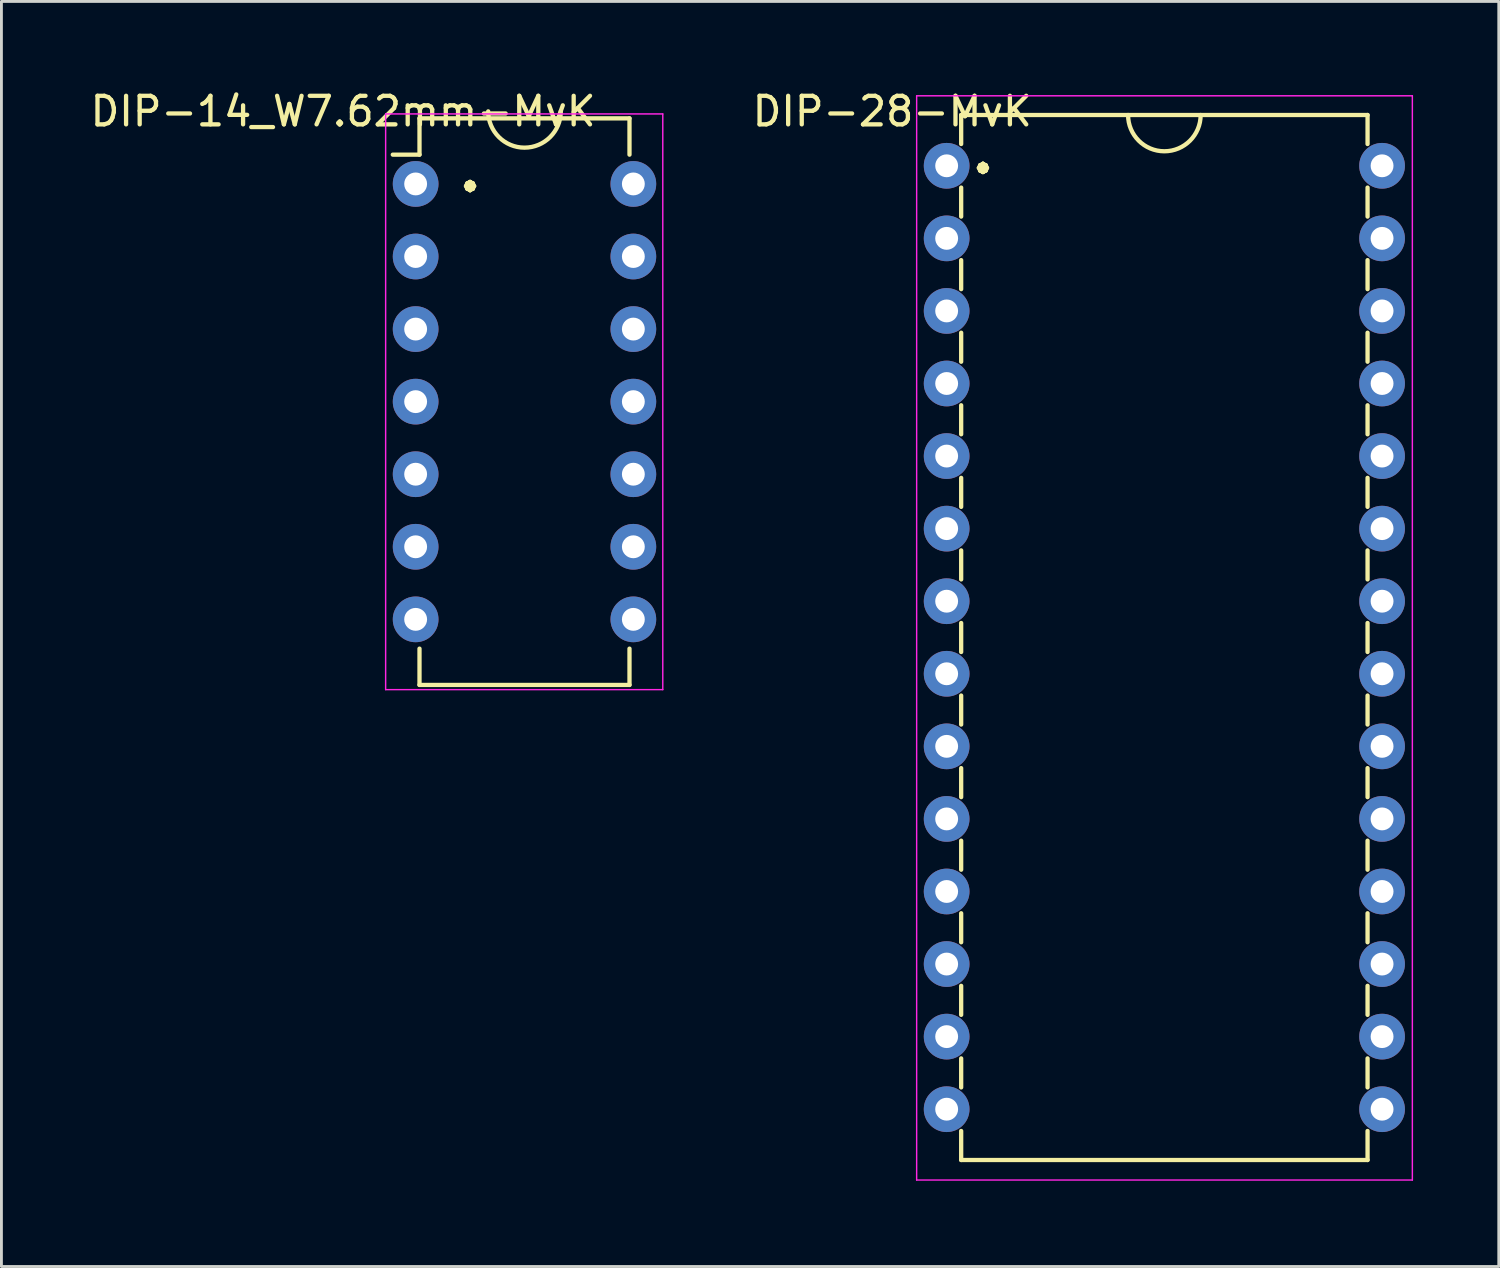
<source format=kicad_pcb>
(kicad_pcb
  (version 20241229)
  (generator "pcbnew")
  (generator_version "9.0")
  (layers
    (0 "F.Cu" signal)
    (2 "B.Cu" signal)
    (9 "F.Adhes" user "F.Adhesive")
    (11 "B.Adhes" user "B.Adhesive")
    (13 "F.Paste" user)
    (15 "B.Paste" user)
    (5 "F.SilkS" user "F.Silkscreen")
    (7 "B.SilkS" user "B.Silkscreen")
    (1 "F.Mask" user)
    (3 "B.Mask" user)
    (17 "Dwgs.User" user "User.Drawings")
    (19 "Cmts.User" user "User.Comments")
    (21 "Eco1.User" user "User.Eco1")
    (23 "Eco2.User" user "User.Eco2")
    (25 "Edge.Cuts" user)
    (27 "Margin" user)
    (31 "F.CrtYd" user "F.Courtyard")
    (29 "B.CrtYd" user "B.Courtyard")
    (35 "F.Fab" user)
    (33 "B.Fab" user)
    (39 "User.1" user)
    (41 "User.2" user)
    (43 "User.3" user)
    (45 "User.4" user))
  (footprint "DIP-14_W7.62mm-MvK"
    (layer "F.Cu")
    (at 11.498 3.388)
    (property "Reference" "DIP-14_W7.62mm-MvK" (at -2.54 -2.54 0) (layer "F.SilkS") (effects (font (size 1 1) (thickness 0.15))))
    (attr through_hole)
    (fp_line (start 0.135 -2.295) (end 0.135 -1.025) (stroke (width 0.15) (type solid)) (layer "F.SilkS"))
    (fp_line (start 0.135 -2.295) (end 7.485 -2.295) (stroke (width 0.15) (type solid)) (layer "F.SilkS"))
    (fp_line (start 0.135 -1.025) (end -0.8 -1.025) (stroke (width 0.15) (type solid)) (layer "F.SilkS"))
    (fp_line (start 0.135 17.535) (end 0.135 16.265) (stroke (width 0.15) (type solid)) (layer "F.SilkS"))
    (fp_line (start 0.135 17.535) (end 7.485 17.535) (stroke (width 0.15) (type solid)) (layer "F.SilkS"))
    (fp_line (start 7.485 -2.295) (end 7.485 -1.025) (stroke (width 0.15) (type solid)) (layer "F.SilkS"))
    (fp_line (start 7.485 17.535) (end 7.485 16.265) (stroke (width 0.15) (type solid)) (layer "F.SilkS"))
    (fp_arc (start 5.08 -2.54) (mid 3.81 -1.27) (end 2.54 -2.54) (stroke (width 0.15) (type solid)) (layer "F.SilkS"))
    (fp_line (start -1.05 -2.45) (end -1.05 17.7) (stroke (width 0.05) (type solid)) (layer "F.CrtYd"))
    (fp_line (start -1.05 -2.45) (end 8.65 -2.45) (stroke (width 0.05) (type solid)) (layer "F.CrtYd"))
    (fp_line (start -1.05 17.7) (end 8.65 17.7) (stroke (width 0.05) (type solid)) (layer "F.CrtYd"))
    (fp_line (start 8.65 -2.45) (end 8.65 17.7) (stroke (width 0.05) (type solid)) (layer "F.CrtYd"))
    (fp_text user "•" (at 1.905 0 0) (layer "F.SilkS") (effects (font (size 1 1) (thickness 0.15))))
    (pad "1" thru_hole oval (at 0 0) (size 1.6 1.6) (drill 0.8) (layers "*.Cu" "*.Mask"))
    (pad "2" thru_hole oval (at 0 2.54) (size 1.6 1.6) (drill 0.8) (layers "*.Cu" "*.Mask"))
    (pad "3" thru_hole oval (at 0 5.08) (size 1.6 1.6) (drill 0.8) (layers "*.Cu" "*.Mask"))
    (pad "4" thru_hole oval (at 0 7.62) (size 1.6 1.6) (drill 0.8) (layers "*.Cu" "*.Mask"))
    (pad "5" thru_hole oval (at 0 10.16) (size 1.6 1.6) (drill 0.8) (layers "*.Cu" "*.Mask"))
    (pad "6" thru_hole oval (at 0 12.7) (size 1.6 1.6) (drill 0.8) (layers "*.Cu" "*.Mask"))
    (pad "7" thru_hole oval (at 0 15.24) (size 1.6 1.6) (drill 0.8) (layers "*.Cu" "*.Mask"))
    (pad "8" thru_hole oval (at 7.62 15.24) (size 1.6 1.6) (drill 0.8) (layers "*.Cu" "*.Mask"))
    (pad "9" thru_hole oval (at 7.62 12.7) (size 1.6 1.6) (drill 0.8) (layers "*.Cu" "*.Mask"))
    (pad "10" thru_hole oval (at 7.62 10.16) (size 1.6 1.6) (drill 0.8) (layers "*.Cu" "*.Mask"))
    (pad "11" thru_hole oval (at 7.62 7.62) (size 1.6 1.6) (drill 0.8) (layers "*.Cu" "*.Mask"))
    (pad "12" thru_hole oval (at 7.62 5.08) (size 1.6 1.6) (drill 0.8) (layers "*.Cu" "*.Mask"))
    (pad "13" thru_hole oval (at 7.62 2.54) (size 1.6 1.6) (drill 0.8) (layers "*.Cu" "*.Mask"))
    (pad "14" thru_hole oval (at 7.62 0) (size 1.6 1.6) (drill 0.8) (layers "*.Cu" "*.Mask")))
  (footprint "DIP-28-MvK"
    (layer "F.Cu")
    (at 30.084 2.753)
    (property "Reference" "DIP-28-MvK" (at -1.905 -1.905 0) (layer "F.SilkS") (effects (font (size 1 1) (thickness 0.15))))
    (attr through_hole)
    (fp_line (start 0.508 -0.762) (end 0.508 -1.778) (stroke (width 0.15) (type solid)) (layer "F.SilkS"))
    (fp_line (start 0.508 1.778) (end 0.508 0.762) (stroke (width 0.15) (type solid)) (layer "F.SilkS"))
    (fp_line (start 0.508 4.318) (end 0.508 3.302) (stroke (width 0.15) (type solid)) (layer "F.SilkS"))
    (fp_line (start 0.508 6.858) (end 0.508 5.842) (stroke (width 0.15) (type solid)) (layer "F.SilkS"))
    (fp_line (start 0.508 9.398) (end 0.508 8.382) (stroke (width 0.15) (type solid)) (layer "F.SilkS"))
    (fp_line (start 0.508 11.938) (end 0.508 10.922) (stroke (width 0.15) (type solid)) (layer "F.SilkS"))
    (fp_line (start 0.508 14.478) (end 0.508 13.462) (stroke (width 0.15) (type solid)) (layer "F.SilkS"))
    (fp_line (start 0.508 17.018) (end 0.508 16.002) (stroke (width 0.15) (type solid)) (layer "F.SilkS"))
    (fp_line (start 0.508 19.558) (end 0.508 18.542) (stroke (width 0.15) (type solid)) (layer "F.SilkS"))
    (fp_line (start 0.508 22.098) (end 0.508 21.082) (stroke (width 0.15) (type solid)) (layer "F.SilkS"))
    (fp_line (start 0.508 24.638) (end 0.508 23.622) (stroke (width 0.15) (type solid)) (layer "F.SilkS"))
    (fp_line (start 0.508 27.178) (end 0.508 26.162) (stroke (width 0.15) (type solid)) (layer "F.SilkS"))
    (fp_line (start 0.508 29.718) (end 0.508 28.702) (stroke (width 0.15) (type solid)) (layer "F.SilkS"))
    (fp_line (start 0.508 32.258) (end 0.508 31.242) (stroke (width 0.15) (type solid)) (layer "F.SilkS"))
    (fp_line (start 0.508 33.782) (end 0.508 34.798) (stroke (width 0.15) (type solid)) (layer "F.SilkS"))
    (fp_line (start 0.508 34.798) (end 14.732 34.798) (stroke (width 0.15) (type solid)) (layer "F.SilkS"))
    (fp_line (start 14.732 -1.778) (end 0.508 -1.778) (stroke (width 0.15) (type solid)) (layer "F.SilkS"))
    (fp_line (start 14.732 -0.762) (end 14.732 -1.778) (stroke (width 0.15) (type solid)) (layer "F.SilkS"))
    (fp_line (start 14.732 0.762) (end 14.732 1.778) (stroke (width 0.15) (type solid)) (layer "F.SilkS"))
    (fp_line (start 14.732 3.302) (end 14.732 4.318) (stroke (width 0.15) (type solid)) (layer "F.SilkS"))
    (fp_line (start 14.732 5.842) (end 14.732 6.858) (stroke (width 0.15) (type solid)) (layer "F.SilkS"))
    (fp_line (start 14.732 8.382) (end 14.732 9.398) (stroke (width 0.15) (type solid)) (layer "F.SilkS"))
    (fp_line (start 14.732 10.922) (end 14.732 11.938) (stroke (width 0.15) (type solid)) (layer "F.SilkS"))
    (fp_line (start 14.732 13.462) (end 14.732 14.478) (stroke (width 0.15) (type solid)) (layer "F.SilkS"))
    (fp_line (start 14.732 16.002) (end 14.732 17.018) (stroke (width 0.15) (type solid)) (layer "F.SilkS"))
    (fp_line (start 14.732 18.542) (end 14.732 19.558) (stroke (width 0.15) (type solid)) (layer "F.SilkS"))
    (fp_line (start 14.732 21.082) (end 14.732 22.098) (stroke (width 0.15) (type solid)) (layer "F.SilkS"))
    (fp_line (start 14.732 23.622) (end 14.732 24.638) (stroke (width 0.15) (type solid)) (layer "F.SilkS"))
    (fp_line (start 14.732 26.162) (end 14.732 27.178) (stroke (width 0.15) (type solid)) (layer "F.SilkS"))
    (fp_line (start 14.732 28.702) (end 14.732 29.718) (stroke (width 0.15) (type solid)) (layer "F.SilkS"))
    (fp_line (start 14.732 31.242) (end 14.732 32.258) (stroke (width 0.15) (type solid)) (layer "F.SilkS"))
    (fp_line (start 14.732 33.782) (end 14.732 34.798) (stroke (width 0.15) (type solid)) (layer "F.SilkS"))
    (fp_arc (start 8.89 -1.778) (mid 7.62 -0.508) (end 6.35 -1.778) (stroke (width 0.15) (type solid)) (layer "F.SilkS"))
    (fp_line (start -1.05 -2.45) (end -1.05 35.5) (stroke (width 0.05) (type solid)) (layer "F.CrtYd"))
    (fp_line (start -1.05 -2.45) (end 16.3 -2.45) (stroke (width 0.05) (type solid)) (layer "F.CrtYd"))
    (fp_line (start -1.05 35.5) (end 16.3 35.5) (stroke (width 0.05) (type solid)) (layer "F.CrtYd"))
    (fp_line (start 16.3 -2.45) (end 16.3 35.5) (stroke (width 0.05) (type solid)) (layer "F.CrtYd"))
    (fp_text user "•" (at 1.27 0 0) (layer "F.SilkS") (effects (font (size 1 1) (thickness 0.15))))
    (pad "1" thru_hole oval (at 0 0) (size 1.6 1.6) (drill 0.8) (layers "*.Cu" "*.Mask"))
    (pad "2" thru_hole oval (at 0 2.54) (size 1.6 1.6) (drill 0.8) (layers "*.Cu" "*.Mask"))
    (pad "3" thru_hole oval (at 0 5.08) (size 1.6 1.6) (drill 0.8) (layers "*.Cu" "*.Mask"))
    (pad "4" thru_hole oval (at 0 7.62) (size 1.6 1.6) (drill 0.8) (layers "*.Cu" "*.Mask"))
    (pad "5" thru_hole oval (at 0 10.16) (size 1.6 1.6) (drill 0.8) (layers "*.Cu" "*.Mask"))
    (pad "6" thru_hole oval (at 0 12.7) (size 1.6 1.6) (drill 0.8) (layers "*.Cu" "*.Mask"))
    (pad "7" thru_hole oval (at 0 15.24) (size 1.6 1.6) (drill 0.8) (layers "*.Cu" "*.Mask"))
    (pad "8" thru_hole oval (at 0 17.78) (size 1.6 1.6) (drill 0.8) (layers "*.Cu" "*.Mask"))
    (pad "9" thru_hole oval (at 0 20.32) (size 1.6 1.6) (drill 0.8) (layers "*.Cu" "*.Mask"))
    (pad "10" thru_hole oval (at 0 22.86) (size 1.6 1.6) (drill 0.8) (layers "*.Cu" "*.Mask"))
    (pad "11" thru_hole oval (at 0 25.4) (size 1.6 1.6) (drill 0.8) (layers "*.Cu" "*.Mask"))
    (pad "12" thru_hole oval (at 0 27.94) (size 1.6 1.6) (drill 0.8) (layers "*.Cu" "*.Mask"))
    (pad "13" thru_hole oval (at 0 30.48) (size 1.6 1.6) (drill 0.8) (layers "*.Cu" "*.Mask"))
    (pad "14" thru_hole oval (at 0 33.02) (size 1.6 1.6) (drill 0.8) (layers "*.Cu" "*.Mask"))
    (pad "15" thru_hole oval (at 15.24 33.02) (size 1.6 1.6) (drill 0.8) (layers "*.Cu" "*.Mask"))
    (pad "16" thru_hole oval (at 15.24 30.48) (size 1.6 1.6) (drill 0.8) (layers "*.Cu" "*.Mask"))
    (pad "17" thru_hole oval (at 15.24 27.94) (size 1.6 1.6) (drill 0.8) (layers "*.Cu" "*.Mask"))
    (pad "18" thru_hole oval (at 15.24 25.4) (size 1.6 1.6) (drill 0.8) (layers "*.Cu" "*.Mask"))
    (pad "19" thru_hole oval (at 15.24 22.86) (size 1.6 1.6) (drill 0.8) (layers "*.Cu" "*.Mask"))
    (pad "20" thru_hole oval (at 15.24 20.32) (size 1.6 1.6) (drill 0.8) (layers "*.Cu" "*.Mask"))
    (pad "21" thru_hole oval (at 15.24 17.78) (size 1.6 1.6) (drill 0.8) (layers "*.Cu" "*.Mask"))
    (pad "22" thru_hole oval (at 15.24 15.24) (size 1.6 1.6) (drill 0.8) (layers "*.Cu" "*.Mask"))
    (pad "23" thru_hole oval (at 15.24 12.7) (size 1.6 1.6) (drill 0.8) (layers "*.Cu" "*.Mask"))
    (pad "24" thru_hole oval (at 15.24 10.16) (size 1.6 1.6) (drill 0.8) (layers "*.Cu" "*.Mask"))
    (pad "25" thru_hole oval (at 15.24 7.62) (size 1.6 1.6) (drill 0.8) (layers "*.Cu" "*.Mask"))
    (pad "26" thru_hole oval (at 15.24 5.08) (size 1.6 1.6) (drill 0.8) (layers "*.Cu" "*.Mask"))
    (pad "27" thru_hole oval (at 15.24 2.54) (size 1.6 1.6) (drill 0.8) (layers "*.Cu" "*.Mask"))
    (pad "28" thru_hole oval (at 15.24 0) (size 1.6 1.6) (drill 0.8) (layers "*.Cu" "*.Mask")))
  (gr_rect
    (start -3 -3)
    (end 49.409 41.278)
    (stroke (width 0.1) (type default))
    (fill no)
    (layer "Edge.Cuts")))
</source>
